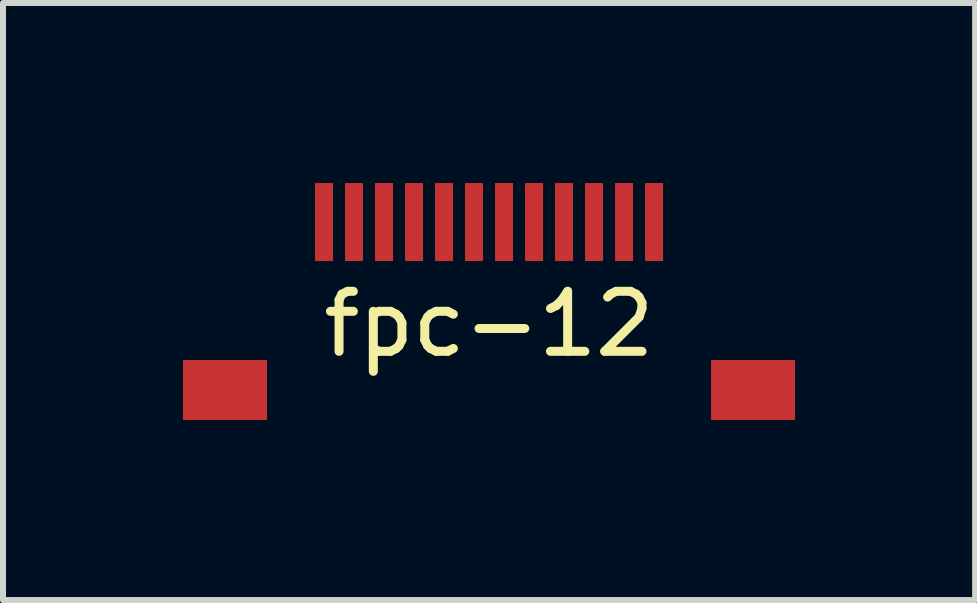
<source format=kicad_pcb>
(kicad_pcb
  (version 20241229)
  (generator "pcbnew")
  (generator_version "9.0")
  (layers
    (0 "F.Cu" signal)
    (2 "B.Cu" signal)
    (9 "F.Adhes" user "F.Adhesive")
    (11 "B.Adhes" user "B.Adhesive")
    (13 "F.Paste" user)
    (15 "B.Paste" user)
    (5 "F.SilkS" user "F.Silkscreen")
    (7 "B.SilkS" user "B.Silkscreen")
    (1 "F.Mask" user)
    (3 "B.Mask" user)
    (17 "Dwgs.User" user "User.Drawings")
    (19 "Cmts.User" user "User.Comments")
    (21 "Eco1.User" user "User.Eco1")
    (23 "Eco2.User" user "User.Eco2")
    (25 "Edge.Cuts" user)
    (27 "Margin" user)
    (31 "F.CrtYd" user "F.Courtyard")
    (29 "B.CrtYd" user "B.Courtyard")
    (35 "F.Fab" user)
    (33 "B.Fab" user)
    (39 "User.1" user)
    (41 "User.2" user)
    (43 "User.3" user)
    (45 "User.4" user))
  (footprint "fpc-12"
    (layer "F.Cu")
    (at 5.1 0.65)
    (property "Reference" "fpc-12" (at 0 1.7 0) (layer "F.SilkS") (effects (font (size 1 1) (thickness 0.15))))
    (attr through_hole)
    (pad "" smd rect (at -4.4 2.8) (size 1.4 1) (layers "F.Cu" "F.Mask" "F.Paste"))
    (pad "" smd rect (at 4.4 2.8) (size 1.4 1) (layers "F.Cu" "F.Mask" "F.Paste"))
    (pad "1" smd rect (at -2.75 0) (size 0.3 1.3) (layers "F.Cu" "F.Mask" "F.Paste"))
    (pad "2" smd rect (at -2.25 0) (size 0.3 1.3) (layers "F.Cu" "F.Mask" "F.Paste"))
    (pad "3" smd rect (at -1.75 0) (size 0.3 1.3) (layers "F.Cu" "F.Mask" "F.Paste"))
    (pad "4" smd rect (at -1.25 0) (size 0.3 1.3) (layers "F.Cu" "F.Mask" "F.Paste"))
    (pad "5" smd rect (at -0.75 0) (size 0.3 1.3) (layers "F.Cu" "F.Mask" "F.Paste"))
    (pad "6" smd rect (at -0.25 0) (size 0.3 1.3) (layers "F.Cu" "F.Mask" "F.Paste"))
    (pad "7" smd rect (at 0.25 0) (size 0.3 1.3) (layers "F.Cu" "F.Mask" "F.Paste"))
    (pad "8" smd rect (at 0.75 0) (size 0.3 1.3) (layers "F.Cu" "F.Mask" "F.Paste"))
    (pad "9" smd rect (at 1.25 0) (size 0.3 1.3) (layers "F.Cu" "F.Mask" "F.Paste"))
    (pad "10" smd rect (at 1.75 0) (size 0.3 1.3) (layers "F.Cu" "F.Mask" "F.Paste"))
    (pad "11" smd rect (at 2.25 0) (size 0.3 1.3) (layers "F.Cu" "F.Mask" "F.Paste"))
    (pad "12" smd rect (at 2.75 0) (size 0.3 1.3) (layers "F.Cu" "F.Mask" "F.Paste")))
  (gr_rect
    (start -3 -3)
    (end 13.2 6.95)
    (stroke (width 0.1) (type default))
    (fill no)
    (layer "Edge.Cuts")))
</source>
